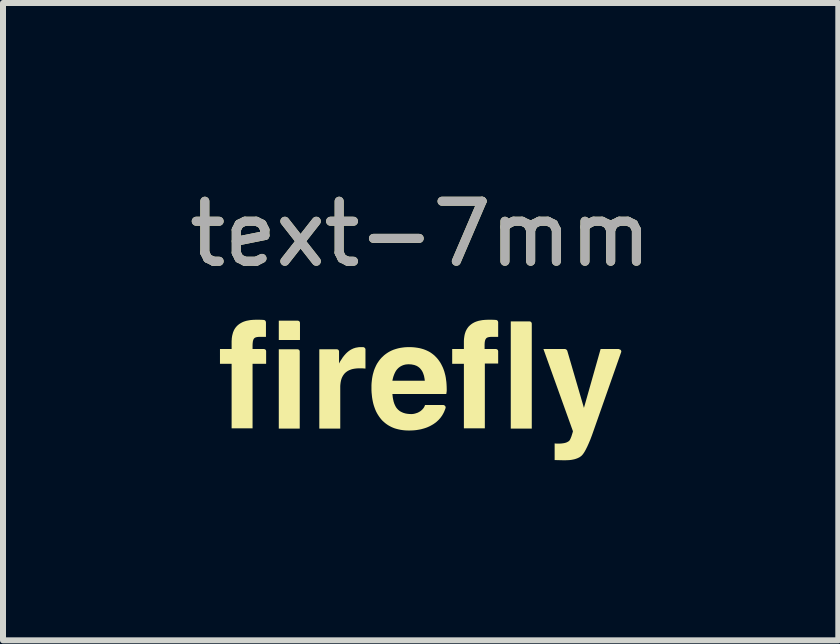
<source format=kicad_pcb>
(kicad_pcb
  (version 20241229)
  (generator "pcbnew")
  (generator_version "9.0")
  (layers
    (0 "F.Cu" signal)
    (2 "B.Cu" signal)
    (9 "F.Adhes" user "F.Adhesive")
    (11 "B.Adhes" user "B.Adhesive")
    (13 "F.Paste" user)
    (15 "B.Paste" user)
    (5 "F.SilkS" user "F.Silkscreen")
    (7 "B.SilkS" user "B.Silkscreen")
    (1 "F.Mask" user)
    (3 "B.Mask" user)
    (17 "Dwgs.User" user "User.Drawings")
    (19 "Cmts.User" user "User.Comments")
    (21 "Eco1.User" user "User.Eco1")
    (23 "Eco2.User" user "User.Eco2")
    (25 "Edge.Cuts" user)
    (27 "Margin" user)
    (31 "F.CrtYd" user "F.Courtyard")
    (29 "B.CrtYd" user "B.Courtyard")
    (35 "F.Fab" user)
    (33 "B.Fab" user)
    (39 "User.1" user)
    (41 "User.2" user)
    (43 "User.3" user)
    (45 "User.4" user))
  (footprint "text-7mm"
    (layer "F.Cu")
    (at 3.958 3.448)
    (property "Reference" "text-7mm" (at 0 -2.6 0) (unlocked yes) (layer "F.SilkS") (effects (font (size 1 1) (thickness 0.15))))
    (attr smd)
    (fp_poly (pts (xy -2.051 -0.679) (xy -2.049 -0.678) (xy -2.047 -0.678) (xy -2.045 -0.678) (xy -2.043 -0.678) (xy -2.041 -0.677) (xy -2.039 -0.676) (xy -2.037 -0.676) (xy -2.036 -0.675) (xy -2.034 -0.674) (xy -2.032 -0.673) (xy -2.031 -0.672) (xy -2.029 -0.671) (xy -2.028 -0.67) (xy -2.026 -0.669) (xy -2.025 -0.668) (xy -2.024 -0.666) (xy -2.022 -0.665) (xy -2.021 -0.664) (xy -2.02 -0.662) (xy -2.019 -0.66) (xy -2.018 -0.659) (xy -2.018 -0.657) (xy -2.017 -0.655) (xy -2.016 -0.653) (xy -2.016 -0.651) (xy -2.015 -0.65) (xy -2.015 -0.648) (xy -2.014 -0.645) (xy -2.014 -0.643) (xy -2.014 -0.641) (xy -2.014 -0.639) (xy -2.014 0.643) (xy -2.363 0.643) (xy -2.363 -0.679) (xy -2.054 -0.679)) (stroke (width 0) (type solid)) (fill yes) (layer "F.SilkS"))
    (fp_poly (pts (xy -2.047 -1.155) (xy -2.045 -1.155) (xy -2.043 -1.154) (xy -2.041 -1.154) (xy -2.039 -1.154) (xy -2.037 -1.153) (xy -2.035 -1.153) (xy -2.033 -1.152) (xy -2.032 -1.151) (xy -2.03 -1.15) (xy -2.028 -1.15) (xy -2.027 -1.149) (xy -2.025 -1.148) (xy -2.024 -1.146) (xy -2.022 -1.145) (xy -2.021 -1.144) (xy -2.02 -1.143) (xy -2.018 -1.141) (xy -2.017 -1.14) (xy -2.016 -1.138) (xy -2.015 -1.137) (xy -2.014 -1.135) (xy -2.014 -1.133) (xy -2.013 -1.131) (xy -2.012 -1.13) (xy -2.012 -1.128) (xy -2.011 -1.126) (xy -2.011 -1.124) (xy -2.01 -1.122) (xy -2.01 -1.12) (xy -2.01 -1.117) (xy -2.01 -1.115) (xy -2.01 -0.833) (xy -2.363 -0.833) (xy -2.363 -1.155) (xy -2.05 -1.155)) (stroke (width 0) (type solid)) (fill yes) (layer "F.SilkS"))
    (fp_poly (pts (xy 1.814 -1.143) (xy 1.816 -1.143) (xy 1.818 -1.143) (xy 1.821 -1.142) (xy 1.823 -1.142) (xy 1.824 -1.141) (xy 1.826 -1.141) (xy 1.828 -1.14) (xy 1.83 -1.139) (xy 1.832 -1.139) (xy 1.833 -1.138) (xy 1.835 -1.137) (xy 1.837 -1.136) (xy 1.838 -1.135) (xy 1.839 -1.133) (xy 1.841 -1.132) (xy 1.842 -1.131) (xy 1.843 -1.129) (xy 1.844 -1.128) (xy 1.845 -1.126) (xy 1.846 -1.125) (xy 1.847 -1.123) (xy 1.848 -1.121) (xy 1.849 -1.12) (xy 1.849 -1.118) (xy 1.85 -1.116) (xy 1.851 -1.114) (xy 1.851 -1.112) (xy 1.851 -1.11) (xy 1.851 -1.108) (xy 1.852 -1.106) (xy 1.852 -1.103) (xy 1.852 0.643) (xy 1.502 0.643) (xy 1.502 -1.143) (xy 1.812 -1.143)) (stroke (width 0) (type solid)) (fill yes) (layer "F.SilkS"))
    (fp_poly (pts (xy 2.405 -0.683) (xy 2.406 -0.682) (xy 2.408 -0.682) (xy 2.409 -0.682) (xy 2.412 -0.681) (xy 2.415 -0.681) (xy 2.418 -0.679) (xy 2.421 -0.678) (xy 2.423 -0.676) (xy 2.426 -0.675) (xy 2.429 -0.673) (xy 2.431 -0.671) (xy 2.433 -0.668) (xy 2.436 -0.666) (xy 2.438 -0.663) (xy 2.44 -0.661) (xy 2.441 -0.658) (xy 2.443 -0.655) (xy 2.721 0.298) (xy 2.999 -0.683) (xy 3.304 -0.683) (xy 3.304 -0.679) (xy 3.307 -0.679) (xy 3.309 -0.678) (xy 3.312 -0.678) (xy 3.314 -0.677) (xy 3.317 -0.677) (xy 3.319 -0.676) (xy 3.321 -0.675) (xy 3.323 -0.674) (xy 3.325 -0.673) (xy 3.327 -0.671) (xy 3.329 -0.67) (xy 3.331 -0.669) (xy 3.333 -0.667) (xy 3.334 -0.665) (xy 3.336 -0.664) (xy 3.337 -0.662) (xy 3.338 -0.66) (xy 3.339 -0.658) (xy 3.34 -0.656) (xy 3.341 -0.654) (xy 3.342 -0.652) (xy 3.343 -0.65) (xy 3.343 -0.647) (xy 3.343 -0.645) (xy 3.343 -0.643) (xy 3.343 -0.641) (xy 3.343 -0.638) (xy 3.343 -0.636) (xy 3.342 -0.634) (xy 3.342 -0.632) (xy 3.341 -0.629) (xy 3.34 -0.627) (xy 2.884 0.671) (xy 2.856 0.75) (xy 2.829 0.822) (xy 2.802 0.886) (xy 2.777 0.942) (xy 2.753 0.99) (xy 2.731 1.03) (xy 2.72 1.047) (xy 2.709 1.063) (xy 2.699 1.076) (xy 2.689 1.087) (xy 2.678 1.098) (xy 2.666 1.107) (xy 2.654 1.116) (xy 2.64 1.124) (xy 2.625 1.131) (xy 2.61 1.138) (xy 2.593 1.144) (xy 2.575 1.15) (xy 2.557 1.155) (xy 2.537 1.159) (xy 2.517 1.163) (xy 2.495 1.166) (xy 2.473 1.168) (xy 2.449 1.169) (xy 2.425 1.17) (xy 2.399 1.171) (xy 2.233 1.167) (xy 2.233 0.889) (xy 2.234 0.89) (xy 2.236 0.89) (xy 2.239 0.891) (xy 2.242 0.891) (xy 2.245 0.892) (xy 2.248 0.892) (xy 2.252 0.892) (xy 2.256 0.892) (xy 2.265 0.893) (xy 2.276 0.893) (xy 2.3 0.893) (xy 2.317 0.893) (xy 2.333 0.892) (xy 2.348 0.891) (xy 2.363 0.889) (xy 2.377 0.887) (xy 2.391 0.885) (xy 2.403 0.882) (xy 2.415 0.879) (xy 2.426 0.875) (xy 2.437 0.871) (xy 2.446 0.866) (xy 2.455 0.861) (xy 2.463 0.856) (xy 2.471 0.85) (xy 2.477 0.844) (xy 2.483 0.837) (xy 2.486 0.833) (xy 2.489 0.827) (xy 2.492 0.821) (xy 2.495 0.814) (xy 2.499 0.807) (xy 2.502 0.799) (xy 2.505 0.791) (xy 2.509 0.781) (xy 2.513 0.772) (xy 2.516 0.761) (xy 2.52 0.75) (xy 2.523 0.739) (xy 2.531 0.714) (xy 2.538 0.687) (xy 2.046 -0.683) (xy 2.403 -0.683)) (stroke (width 0) (type solid)) (fill yes) (layer "F.SilkS"))
    (fp_poly (pts (xy -0.956 -0.714) (xy -0.955 -0.714) (xy -0.953 -0.714) (xy -0.951 -0.713) (xy -0.949 -0.713) (xy -0.947 -0.712) (xy -0.945 -0.712) (xy -0.944 -0.711) (xy -0.942 -0.71) (xy -0.94 -0.709) (xy -0.939 -0.708) (xy -0.937 -0.707) (xy -0.935 -0.706) (xy -0.934 -0.705) (xy -0.932 -0.703) (xy -0.931 -0.702) (xy -0.93 -0.701) (xy -0.928 -0.699) (xy -0.927 -0.698) (xy -0.926 -0.696) (xy -0.925 -0.694) (xy -0.924 -0.693) (xy -0.923 -0.691) (xy -0.922 -0.689) (xy -0.921 -0.688) (xy -0.92 -0.686) (xy -0.92 -0.684) (xy -0.919 -0.682) (xy -0.919 -0.68) (xy -0.919 -0.678) (xy -0.919 -0.677) (xy -0.919 -0.675) (xy -0.919 -0.357) (xy -0.931 -0.358) (xy -0.943 -0.359) (xy -0.956 -0.36) (xy -0.969 -0.361) (xy -0.982 -0.361) (xy -0.995 -0.361) (xy -1.022 -0.361) (xy -1.041 -0.361) (xy -1.061 -0.36) (xy -1.079 -0.358) (xy -1.097 -0.356) (xy -1.114 -0.353) (xy -1.131 -0.35) (xy -1.146 -0.346) (xy -1.162 -0.341) (xy -1.176 -0.335) (xy -1.19 -0.33) (xy -1.203 -0.323) (xy -1.216 -0.316) (xy -1.228 -0.308) (xy -1.239 -0.3) (xy -1.25 -0.291) (xy -1.26 -0.282) (xy -1.269 -0.272) (xy -1.278 -0.261) (xy -1.286 -0.25) (xy -1.294 -0.238) (xy -1.301 -0.225) (xy -1.308 -0.212) (xy -1.314 -0.198) (xy -1.319 -0.184) (xy -1.324 -0.168) (xy -1.328 -0.152) (xy -1.331 -0.136) (xy -1.334 -0.119) (xy -1.336 -0.101) (xy -1.338 -0.083) (xy -1.339 -0.063) (xy -1.339 -0.044) (xy -1.339 0.643) (xy -1.688 0.643) (xy -1.688 -0.679) (xy -1.399 -0.679) (xy -1.397 -0.679) (xy -1.394 -0.678) (xy -1.392 -0.678) (xy -1.39 -0.678) (xy -1.388 -0.678) (xy -1.386 -0.677) (xy -1.384 -0.676) (xy -1.383 -0.676) (xy -1.381 -0.675) (xy -1.379 -0.674) (xy -1.377 -0.673) (xy -1.376 -0.672) (xy -1.374 -0.671) (xy -1.373 -0.67) (xy -1.371 -0.669) (xy -1.37 -0.668) (xy -1.369 -0.666) (xy -1.368 -0.665) (xy -1.366 -0.664) (xy -1.365 -0.662) (xy -1.364 -0.66) (xy -1.363 -0.659) (xy -1.363 -0.657) (xy -1.362 -0.655) (xy -1.361 -0.653) (xy -1.361 -0.651) (xy -1.36 -0.65) (xy -1.36 -0.648) (xy -1.359 -0.645) (xy -1.359 -0.643) (xy -1.359 -0.641) (xy -1.359 -0.639) (xy -1.359 -0.441) (xy -1.357 -0.446) (xy -1.354 -0.451) (xy -1.349 -0.461) (xy -1.344 -0.47) (xy -1.339 -0.48) (xy -1.333 -0.489) (xy -1.327 -0.498) (xy -1.315 -0.516) (xy -1.3 -0.54) (xy -1.283 -0.562) (xy -1.266 -0.583) (xy -1.249 -0.602) (xy -1.231 -0.62) (xy -1.213 -0.636) (xy -1.194 -0.651) (xy -1.175 -0.664) (xy -1.165 -0.67) (xy -1.155 -0.676) (xy -1.144 -0.681) (xy -1.134 -0.686) (xy -1.123 -0.691) (xy -1.113 -0.695) (xy -1.102 -0.698) (xy -1.091 -0.702) (xy -1.08 -0.705) (xy -1.069 -0.707) (xy -1.057 -0.709) (xy -1.046 -0.711) (xy -1.034 -0.713) (xy -1.022 -0.714) (xy -1.01 -0.714) (xy -0.998 -0.714) (xy -0.958 -0.714)) (stroke (width 0) (type solid)) (fill yes) (layer "F.SilkS"))
    (fp_poly (pts (xy -2.69 -1.171) (xy -2.663 -1.17) (xy -2.65 -1.17) (xy -2.638 -1.169) (xy -2.625 -1.168) (xy -2.613 -1.167) (xy -2.611 -1.167) (xy -2.61 -1.167) (xy -2.608 -1.166) (xy -2.606 -1.166) (xy -2.604 -1.165) (xy -2.603 -1.165) (xy -2.601 -1.164) (xy -2.599 -1.163) (xy -2.598 -1.163) (xy -2.596 -1.162) (xy -2.595 -1.161) (xy -2.593 -1.159) (xy -2.592 -1.158) (xy -2.59 -1.157) (xy -2.589 -1.156) (xy -2.588 -1.154) (xy -2.587 -1.153) (xy -2.586 -1.152) (xy -2.585 -1.15) (xy -2.584 -1.148) (xy -2.583 -1.147) (xy -2.582 -1.145) (xy -2.581 -1.143) (xy -2.58 -1.142) (xy -2.58 -1.14) (xy -2.579 -1.138) (xy -2.579 -1.136) (xy -2.578 -1.135) (xy -2.578 -1.133) (xy -2.578 -1.131) (xy -2.578 -1.129) (xy -2.577 -1.127) (xy -2.577 -0.885) (xy -2.685 -0.885) (xy -2.693 -0.885) (xy -2.7 -0.885) (xy -2.708 -0.884) (xy -2.715 -0.883) (xy -2.722 -0.883) (xy -2.729 -0.881) (xy -2.735 -0.88) (xy -2.741 -0.879) (xy -2.746 -0.877) (xy -2.752 -0.875) (xy -2.756 -0.872) (xy -2.761 -0.87) (xy -2.765 -0.867) (xy -2.769 -0.864) (xy -2.773 -0.861) (xy -2.776 -0.857) (xy -2.779 -0.853) (xy -2.781 -0.849) (xy -2.784 -0.844) (xy -2.786 -0.839) (xy -2.788 -0.834) (xy -2.79 -0.828) (xy -2.792 -0.821) (xy -2.794 -0.815) (xy -2.795 -0.807) (xy -2.796 -0.8) (xy -2.797 -0.791) (xy -2.798 -0.782) (xy -2.799 -0.773) (xy -2.799 -0.763) (xy -2.8 -0.753) (xy -2.8 -0.742) (xy -2.8 -0.683) (xy -2.613 -0.683) (xy -2.611 -0.683) (xy -2.609 -0.682) (xy -2.607 -0.682) (xy -2.605 -0.682) (xy -2.603 -0.681) (xy -2.601 -0.681) (xy -2.599 -0.68) (xy -2.597 -0.68) (xy -2.595 -0.679) (xy -2.593 -0.678) (xy -2.592 -0.677) (xy -2.59 -0.676) (xy -2.589 -0.675) (xy -2.587 -0.674) (xy -2.586 -0.673) (xy -2.584 -0.672) (xy -2.583 -0.67) (xy -2.582 -0.669) (xy -2.581 -0.667) (xy -2.58 -0.666) (xy -2.579 -0.664) (xy -2.578 -0.663) (xy -2.577 -0.661) (xy -2.576 -0.659) (xy -2.576 -0.657) (xy -2.575 -0.655) (xy -2.575 -0.653) (xy -2.574 -0.651) (xy -2.574 -0.649) (xy -2.574 -0.647) (xy -2.574 -0.645) (xy -2.574 -0.643) (xy -2.574 -0.437) (xy -2.8 -0.437) (xy -2.8 0.639) (xy -3.149 0.639) (xy -3.149 -0.437) (xy -3.343 -0.437) (xy -3.343 -0.683) (xy -3.149 -0.683) (xy -3.149 -0.794) (xy -3.149 -0.817) (xy -3.147 -0.84) (xy -3.146 -0.862) (xy -3.143 -0.883) (xy -3.14 -0.903) (xy -3.135 -0.923) (xy -3.13 -0.942) (xy -3.125 -0.96) (xy -3.118 -0.977) (xy -3.111 -0.994) (xy -3.103 -1.009) (xy -3.094 -1.024) (xy -3.084 -1.038) (xy -3.073 -1.052) (xy -3.062 -1.064) (xy -3.05 -1.076) (xy -3.037 -1.087) (xy -3.023 -1.098) (xy -3.008 -1.108) (xy -2.992 -1.117) (xy -2.976 -1.126) (xy -2.959 -1.134) (xy -2.941 -1.141) (xy -2.922 -1.147) (xy -2.902 -1.153) (xy -2.881 -1.157) (xy -2.86 -1.161) (xy -2.838 -1.165) (xy -2.815 -1.167) (xy -2.791 -1.169) (xy -2.766 -1.17) (xy -2.74 -1.171) (xy -2.716 -1.171)) (stroke (width 0) (type solid)) (fill yes) (layer "F.SilkS"))
    (fp_poly (pts (xy 1.18 -1.171) (xy 1.206 -1.17) (xy 1.219 -1.17) (xy 1.232 -1.169) (xy 1.244 -1.168) (xy 1.256 -1.167) (xy 1.258 -1.167) (xy 1.26 -1.167) (xy 1.262 -1.166) (xy 1.264 -1.166) (xy 1.265 -1.165) (xy 1.267 -1.165) (xy 1.269 -1.164) (xy 1.27 -1.163) (xy 1.272 -1.163) (xy 1.273 -1.162) (xy 1.275 -1.161) (xy 1.276 -1.159) (xy 1.278 -1.158) (xy 1.279 -1.157) (xy 1.28 -1.156) (xy 1.282 -1.154) (xy 1.283 -1.153) (xy 1.284 -1.152) (xy 1.285 -1.15) (xy 1.286 -1.148) (xy 1.287 -1.147) (xy 1.288 -1.145) (xy 1.289 -1.143) (xy 1.289 -1.142) (xy 1.29 -1.14) (xy 1.29 -1.138) (xy 1.291 -1.136) (xy 1.291 -1.135) (xy 1.292 -1.133) (xy 1.292 -1.131) (xy 1.292 -1.129) (xy 1.292 -1.127) (xy 1.292 -0.885) (xy 1.181 -0.885) (xy 1.173 -0.885) (xy 1.165 -0.885) (xy 1.158 -0.884) (xy 1.15 -0.883) (xy 1.144 -0.883) (xy 1.137 -0.881) (xy 1.131 -0.88) (xy 1.125 -0.879) (xy 1.119 -0.877) (xy 1.114 -0.875) (xy 1.109 -0.872) (xy 1.104 -0.87) (xy 1.1 -0.867) (xy 1.096 -0.864) (xy 1.093 -0.861) (xy 1.09 -0.857) (xy 1.087 -0.853) (xy 1.084 -0.849) (xy 1.082 -0.844) (xy 1.079 -0.839) (xy 1.077 -0.834) (xy 1.075 -0.828) (xy 1.073 -0.821) (xy 1.072 -0.815) (xy 1.07 -0.807) (xy 1.069 -0.8) (xy 1.068 -0.791) (xy 1.067 -0.782) (xy 1.067 -0.773) (xy 1.066 -0.763) (xy 1.066 -0.753) (xy 1.066 -0.742) (xy 1.066 -0.683) (xy 1.252 -0.683) (xy 1.255 -0.683) (xy 1.257 -0.682) (xy 1.259 -0.682) (xy 1.261 -0.682) (xy 1.263 -0.681) (xy 1.265 -0.681) (xy 1.267 -0.68) (xy 1.269 -0.68) (xy 1.27 -0.679) (xy 1.272 -0.678) (xy 1.274 -0.677) (xy 1.275 -0.676) (xy 1.277 -0.675) (xy 1.278 -0.674) (xy 1.28 -0.673) (xy 1.281 -0.672) (xy 1.282 -0.67) (xy 1.284 -0.669) (xy 1.285 -0.667) (xy 1.286 -0.666) (xy 1.287 -0.664) (xy 1.288 -0.663) (xy 1.288 -0.661) (xy 1.289 -0.659) (xy 1.29 -0.657) (xy 1.29 -0.655) (xy 1.291 -0.653) (xy 1.291 -0.651) (xy 1.292 -0.649) (xy 1.292 -0.647) (xy 1.292 -0.645) (xy 1.292 -0.643) (xy 1.292 -0.441) (xy 1.07 -0.441) (xy 1.07 0.639) (xy 0.721 0.639) (xy 0.721 -0.437) (xy 0.526 -0.437) (xy 0.526 -0.683) (xy 0.721 -0.683) (xy 0.721 -0.794) (xy 0.721 -0.817) (xy 0.722 -0.84) (xy 0.724 -0.862) (xy 0.727 -0.883) (xy 0.73 -0.903) (xy 0.734 -0.923) (xy 0.739 -0.942) (xy 0.745 -0.96) (xy 0.751 -0.977) (xy 0.759 -0.994) (xy 0.767 -1.009) (xy 0.776 -1.024) (xy 0.786 -1.038) (xy 0.796 -1.052) (xy 0.808 -1.064) (xy 0.82 -1.076) (xy 0.833 -1.087) (xy 0.847 -1.098) (xy 0.861 -1.108) (xy 0.877 -1.117) (xy 0.893 -1.126) (xy 0.911 -1.134) (xy 0.929 -1.141) (xy 0.948 -1.147) (xy 0.968 -1.153) (xy 0.988 -1.157) (xy 1.01 -1.161) (xy 1.032 -1.165) (xy 1.055 -1.167) (xy 1.079 -1.169) (xy 1.104 -1.17) (xy 1.129 -1.171) (xy 1.153 -1.171)) (stroke (width 0) (type solid)) (fill yes) (layer "F.SilkS"))
    (fp_poly (pts (xy -0.155 -0.714) (xy -0.119 -0.712) (xy -0.083 -0.708) (xy -0.049 -0.703) (xy -0.016 -0.697) (xy 0.015 -0.689) (xy 0.046 -0.68) (xy 0.076 -0.669) (xy 0.104 -0.657) (xy 0.131 -0.644) (xy 0.158 -0.629) (xy 0.183 -0.612) (xy 0.207 -0.594) (xy 0.23 -0.575) (xy 0.251 -0.554) (xy 0.272 -0.532) (xy 0.292 -0.508) (xy 0.31 -0.483) (xy 0.327 -0.458) (xy 0.343 -0.43) (xy 0.357 -0.402) (xy 0.371 -0.373) (xy 0.383 -0.342) (xy 0.394 -0.311) (xy 0.403 -0.278) (xy 0.412 -0.243) (xy 0.419 -0.208) (xy 0.424 -0.171) (xy 0.429 -0.133) (xy 0.432 -0.094) (xy 0.434 -0.054) (xy 0.435 -0.012) (xy 0.435 0.008) (xy 0.435 0.012) (xy 0.435 0.015) (xy 0.434 0.023) (xy 0.433 0.03) (xy 0.432 0.038) (xy 0.431 0.045) (xy 0.43 0.053) (xy 0.427 0.067) (xy -0.47 0.067) (xy -0.468 0.087) (xy -0.466 0.105) (xy -0.464 0.123) (xy -0.461 0.14) (xy -0.458 0.157) (xy -0.454 0.173) (xy -0.451 0.189) (xy -0.446 0.204) (xy -0.442 0.218) (xy -0.437 0.232) (xy -0.431 0.245) (xy -0.425 0.258) (xy -0.419 0.27) (xy -0.413 0.281) (xy -0.406 0.292) (xy -0.399 0.302) (xy -0.394 0.307) (xy -0.389 0.313) (xy -0.384 0.319) (xy -0.379 0.324) (xy -0.374 0.329) (xy -0.368 0.334) (xy -0.356 0.344) (xy -0.344 0.353) (xy -0.33 0.361) (xy -0.316 0.368) (xy -0.301 0.375) (xy -0.286 0.381) (xy -0.269 0.386) (xy -0.252 0.391) (xy -0.235 0.394) (xy -0.216 0.397) (xy -0.197 0.399) (xy -0.177 0.4) (xy -0.157 0.401) (xy -0.147 0.401) (xy -0.137 0.4) (xy -0.128 0.399) (xy -0.119 0.398) (xy -0.109 0.396) (xy -0.1 0.394) (xy -0.091 0.392) (xy -0.082 0.389) (xy -0.073 0.386) (xy -0.063 0.383) (xy -0.054 0.38) (xy -0.045 0.376) (xy -0.037 0.372) (xy -0.028 0.367) (xy -0.019 0.362) (xy -0.01 0.357) (xy -0.002 0.351) (xy 0.006 0.345) (xy 0.013 0.339) (xy 0.02 0.333) (xy 0.027 0.326) (xy 0.033 0.32) (xy 0.038 0.313) (xy 0.044 0.307) (xy 0.049 0.3) (xy 0.054 0.293) (xy 0.058 0.286) (xy 0.062 0.279) (xy 0.065 0.272) (xy 0.068 0.265) (xy 0.071 0.257) (xy 0.074 0.25) (xy 0.375 0.25) (xy 0.378 0.25) (xy 0.38 0.25) (xy 0.383 0.251) (xy 0.385 0.251) (xy 0.388 0.252) (xy 0.39 0.253) (xy 0.392 0.254) (xy 0.394 0.255) (xy 0.396 0.256) (xy 0.398 0.257) (xy 0.4 0.259) (xy 0.402 0.26) (xy 0.404 0.262) (xy 0.406 0.263) (xy 0.407 0.265) (xy 0.409 0.267) (xy 0.41 0.269) (xy 0.411 0.271) (xy 0.412 0.273) (xy 0.413 0.275) (xy 0.414 0.277) (xy 0.415 0.279) (xy 0.416 0.281) (xy 0.416 0.284) (xy 0.416 0.286) (xy 0.417 0.288) (xy 0.417 0.29) (xy 0.417 0.293) (xy 0.416 0.295) (xy 0.416 0.297) (xy 0.416 0.299) (xy 0.415 0.302) (xy 0.408 0.322) (xy 0.4 0.342) (xy 0.392 0.362) (xy 0.383 0.381) (xy 0.373 0.399) (xy 0.363 0.417) (xy 0.352 0.434) (xy 0.34 0.45) (xy 0.328 0.467) (xy 0.314 0.482) (xy 0.301 0.497) (xy 0.286 0.511) (xy 0.271 0.525) (xy 0.255 0.539) (xy 0.238 0.551) (xy 0.22 0.564) (xy 0.199 0.577) (xy 0.176 0.59) (xy 0.154 0.602) (xy 0.13 0.613) (xy 0.107 0.623) (xy 0.082 0.632) (xy 0.057 0.64) (xy 0.032 0.647) (xy 0.006 0.654) (xy -0.02 0.659) (xy -0.048 0.664) (xy -0.075 0.668) (xy -0.104 0.671) (xy -0.133 0.673) (xy -0.162 0.674) (xy -0.192 0.675) (xy -0.23 0.674) (xy -0.266 0.672) (xy -0.301 0.668) (xy -0.335 0.663) (xy -0.368 0.656) (xy -0.4 0.648) (xy -0.431 0.639) (xy -0.46 0.628) (xy -0.489 0.615) (xy -0.516 0.601) (xy -0.542 0.586) (xy -0.567 0.569) (xy -0.591 0.551) (xy -0.614 0.531) (xy -0.636 0.511) (xy -0.657 0.488) (xy -0.676 0.464) (xy -0.694 0.439) (xy -0.711 0.413) (xy -0.727 0.386) (xy -0.742 0.357) (xy -0.755 0.327) (xy -0.767 0.295) (xy -0.778 0.263) (xy -0.788 0.229) (xy -0.796 0.194) (xy -0.803 0.158) (xy -0.809 0.121) (xy -0.813 0.082) (xy -0.817 0.043) (xy -0.819 0.002) (xy -0.819 -0.04) (xy -0.819 -0.079) (xy -0.817 -0.117) (xy -0.813 -0.153) (xy -0.813 -0.155) (xy -0.47 -0.155) (xy 0.07 -0.155) (xy 0.07 -0.155) (xy 0.07 -0.155) (xy 0.068 -0.169) (xy 0.066 -0.184) (xy 0.064 -0.198) (xy 0.061 -0.211) (xy 0.059 -0.224) (xy 0.056 -0.237) (xy 0.052 -0.25) (xy 0.048 -0.261) (xy 0.044 -0.273) (xy 0.04 -0.284) (xy 0.035 -0.295) (xy 0.03 -0.305) (xy 0.025 -0.315) (xy 0.019 -0.324) (xy 0.013 -0.333) (xy 0.006 -0.341) (xy 0.002 -0.347) (xy -0.002 -0.352) (xy -0.007 -0.357) (xy -0.011 -0.362) (xy -0.016 -0.367) (xy -0.021 -0.371) (xy -0.026 -0.376) (xy -0.032 -0.38) (xy -0.037 -0.384) (xy -0.043 -0.388) (xy -0.054 -0.395) (xy -0.066 -0.402) (xy -0.079 -0.407) (xy -0.092 -0.412) (xy -0.106 -0.417) (xy -0.121 -0.42) (xy -0.136 -0.423) (xy -0.151 -0.426) (xy -0.167 -0.427) (xy -0.183 -0.428) (xy -0.2 -0.429) (xy -0.216 -0.428) (xy -0.232 -0.427) (xy -0.248 -0.425) (xy -0.263 -0.422) (xy -0.277 -0.418) (xy -0.291 -0.414) (xy -0.305 -0.408) (xy -0.318 -0.402) (xy -0.331 -0.395) (xy -0.343 -0.388) (xy -0.355 -0.379) (xy -0.367 -0.37) (xy -0.377 -0.36) (xy -0.388 -0.349) (xy -0.397 -0.338) (xy -0.407 -0.325) (xy -0.412 -0.317) (xy -0.417 -0.309) (xy -0.422 -0.3) (xy -0.427 -0.29) (xy -0.431 -0.281) (xy -0.436 -0.271) (xy -0.44 -0.261) (xy -0.444 -0.251) (xy -0.448 -0.24) (xy -0.452 -0.229) (xy -0.456 -0.217) (xy -0.459 -0.205) (xy -0.462 -0.193) (xy -0.465 -0.181) (xy -0.468 -0.168) (xy -0.47 -0.155) (xy -0.813 -0.155) (xy -0.809 -0.189) (xy -0.803 -0.224) (xy -0.796 -0.258) (xy -0.787 -0.29) (xy -0.778 -0.322) (xy -0.767 -0.352) (xy -0.754 -0.382) (xy -0.741 -0.41) (xy -0.726 -0.438) (xy -0.709 -0.464) (xy -0.692 -0.489) (xy -0.673 -0.513) (xy -0.653 -0.536) (xy -0.631 -0.557) (xy -0.609 -0.578) (xy -0.586 -0.596) (xy -0.561 -0.614) (xy -0.536 -0.63) (xy -0.509 -0.645) (xy -0.482 -0.658) (xy -0.454 -0.67) (xy -0.424 -0.68) (xy -0.394 -0.689) (xy -0.363 -0.697) (xy -0.331 -0.703) (xy -0.297 -0.708) (xy -0.263 -0.712) (xy -0.228 -0.714) (xy -0.192 -0.714)) (stroke (width 0) (type solid)) (fill yes) (layer "F.SilkS"))
    (fp_text user "${REFERENCE}" (at 0 -2.6 0) (unlocked yes) (layer "F.Fab") (effects (font (size 1 1) (thickness 0.15)))))
  (gr_rect
    (start -3 -3)
    (end 10.917 7.619)
    (stroke (width 0.1) (type default))
    (fill no)
    (layer "Edge.Cuts")))
</source>
